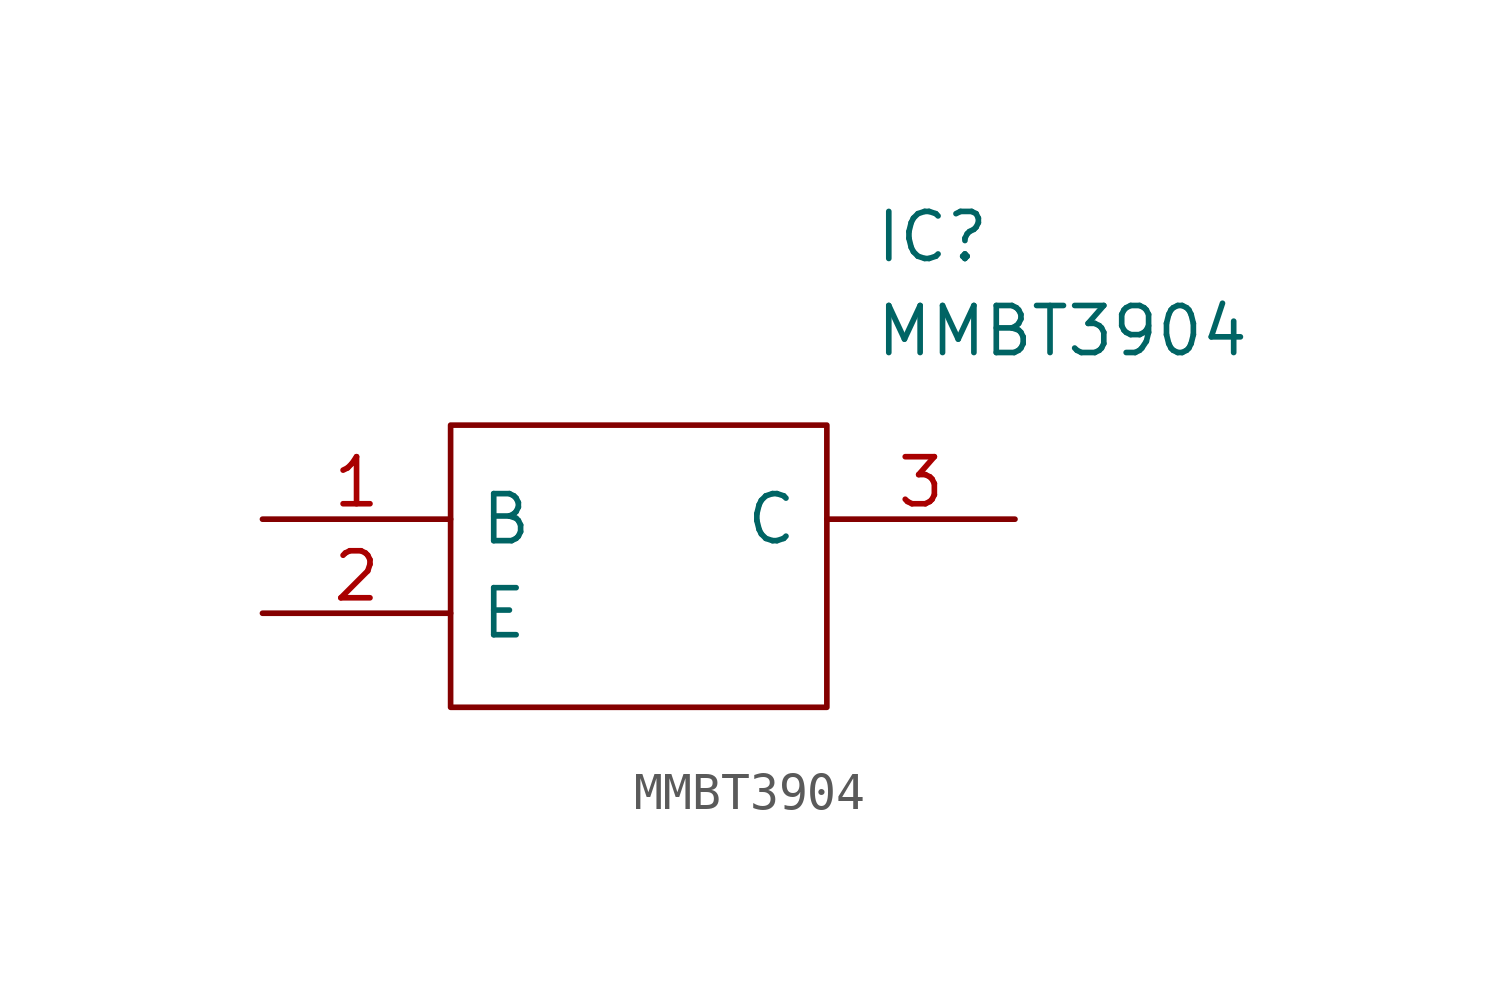
<source format=kicad_sym>
(kicad_symbol_lib
  (version 20211014)
  (generator kicad_symbol_editor)
  (symbol "MMBT3904"
    (pin_names
      (offset 0.762))
    (property "Reference" "IC"
      (at 16.51 7.62 0)
      (effects (font (size 1.27 1.27)) (justify left)))
    (property "Value" "MMBT3904"
      (at 16.51 5.08 0)
      (effects (font (size 1.27 1.27)) (justify left)))
    (symbol "MMBT3904_0_0"
      (pin passive line (at 0 0 0) (length 5.08) (name "B" (effects (font (size 1.27 1.27)))) (number "1" (effects (font (size 1.27 1.27)))))
      (pin passive line (at 0 -2.54 0) (length 5.08) (name "E" (effects (font (size 1.27 1.27)))) (number "2" (effects (font (size 1.27 1.27)))))
      (pin passive line (at 20.32 0 180) (length 5.08) (name "C" (effects (font (size 1.27 1.27)))) (number "3" (effects (font (size 1.27 1.27))))))
    (symbol "MMBT3904_0_1"
      (polyline (pts (xy 5.08 2.54) (xy 15.24 2.54) (xy 15.24 -5.08) (xy 5.08 -5.08) (xy 5.08 2.54)) (stroke (width 0.152) (type default) (color 0 0 0 0)) (fill (type none))))))
</source>
